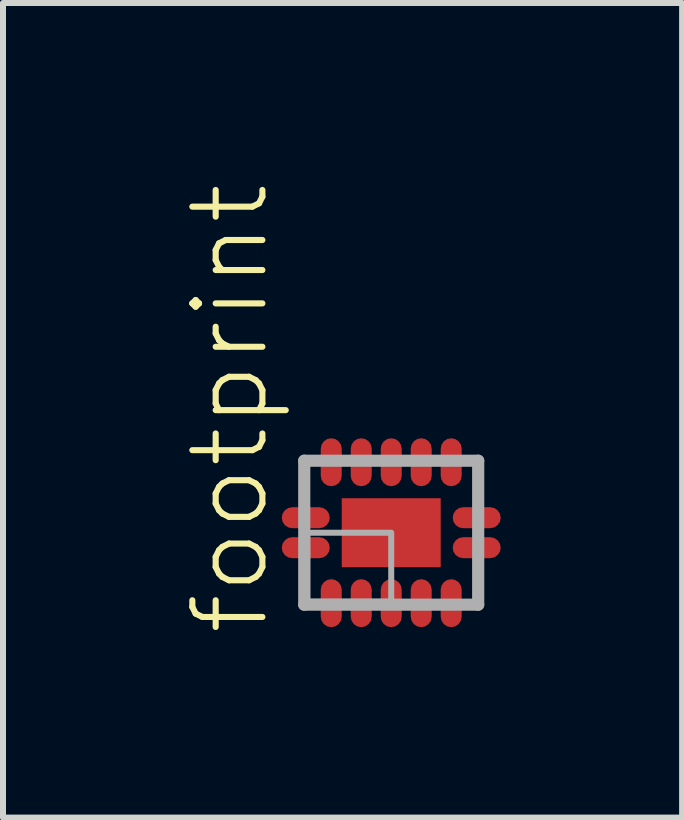
<source format=kicad_pcb>
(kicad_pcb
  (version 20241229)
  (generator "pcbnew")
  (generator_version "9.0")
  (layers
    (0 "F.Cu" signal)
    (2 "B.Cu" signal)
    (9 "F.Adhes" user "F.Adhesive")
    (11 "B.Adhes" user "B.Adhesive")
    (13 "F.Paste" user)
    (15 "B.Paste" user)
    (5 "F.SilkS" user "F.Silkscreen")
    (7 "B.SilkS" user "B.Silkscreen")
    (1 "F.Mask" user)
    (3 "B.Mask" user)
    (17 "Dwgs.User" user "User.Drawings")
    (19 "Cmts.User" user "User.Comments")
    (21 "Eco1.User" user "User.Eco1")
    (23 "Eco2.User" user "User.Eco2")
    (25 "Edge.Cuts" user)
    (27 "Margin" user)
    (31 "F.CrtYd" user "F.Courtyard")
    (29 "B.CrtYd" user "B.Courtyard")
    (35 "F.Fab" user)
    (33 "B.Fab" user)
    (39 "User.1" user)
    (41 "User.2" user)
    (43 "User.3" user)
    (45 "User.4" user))
  (footprint "footprint"
    (layer "F.Cu")
    (at 3.473 5.832)
    (property "Reference" "footprint" (at -2 1.75 90) (layer "F.SilkS") (effects (font (size 1.168 1.168) (thickness 0.102)) (justify left bottom)))
    (fp_line (start -1.2 -0.25) (end -1.65 -0.25) (stroke (width 0.4) (type solid)) (layer "F.Mask"))
    (fp_line (start -1.2 0.25) (end -1.65 0.25) (stroke (width 0.4) (type solid)) (layer "F.Mask"))
    (fp_line (start -1 -0.95) (end -1 -1.4) (stroke (width 0.4) (type solid)) (layer "F.Mask"))
    (fp_line (start -1 0.95) (end -1 1.4) (stroke (width 0.4) (type solid)) (layer "F.Mask"))
    (fp_line (start -0.5 -0.95) (end -0.5 -1.4) (stroke (width 0.4) (type solid)) (layer "F.Mask"))
    (fp_line (start -0.5 0.95) (end -0.5 1.4) (stroke (width 0.4) (type solid)) (layer "F.Mask"))
    (fp_line (start 0 -0.95) (end 0 -1.4) (stroke (width 0.4) (type solid)) (layer "F.Mask"))
    (fp_line (start 0 0.95) (end 0 1.4) (stroke (width 0.4) (type solid)) (layer "F.Mask"))
    (fp_line (start 0.5 -0.95) (end 0.5 -1.4) (stroke (width 0.4) (type solid)) (layer "F.Mask"))
    (fp_line (start 0.5 0.95) (end 0.5 1.4) (stroke (width 0.4) (type solid)) (layer "F.Mask"))
    (fp_line (start 1 -0.95) (end 1 -1.4) (stroke (width 0.4) (type solid)) (layer "F.Mask"))
    (fp_line (start 1 0.95) (end 1 1.4) (stroke (width 0.4) (type solid)) (layer "F.Mask"))
    (fp_line (start 1.2 -0.25) (end 1.65 -0.25) (stroke (width 0.4) (type solid)) (layer "F.Mask"))
    (fp_line (start 1.2 0.25) (end 1.65 0.25) (stroke (width 0.4) (type solid)) (layer "F.Mask"))
    (fp_poly (pts (xy -0.875 0.625) (xy 0.875 0.625) (xy 0.875 -0.625) (xy -0.875 -0.625)) (stroke (width 0) (type solid)) (fill yes) (layer "F.Mask"))
    (fp_line (start -1.45 -1.2) (end 1.45 -1.2) (stroke (width 0.203) (type solid)) (layer "F.Fab"))
    (fp_line (start -1.45 1.2) (end -1.45 -1.2) (stroke (width 0.203) (type solid)) (layer "F.Fab"))
    (fp_line (start 1.45 -1.2) (end 1.45 1.2) (stroke (width 0.203) (type solid)) (layer "F.Fab"))
    (fp_line (start 1.45 1.2) (end -1.45 1.2) (stroke (width 0.203) (type solid)) (layer "F.Fab"))
    (fp_poly (pts (xy -1.4 1.15) (xy 0 1.15) (xy 0 0) (xy -1.4 0)) (stroke (width 0.1) (type solid)) (fill no) (layer "F.Fab"))
    (pad "1" smd roundrect (at -1.425 0.25 270) (size 0.35 0.8) (layers "F.Cu" "F.Paste") (roundrect_rratio 0.5))
    (pad "2" smd roundrect (at -1 1.175) (size 0.35 0.8) (layers "F.Cu" "F.Paste") (roundrect_rratio 0.5))
    (pad "3" smd roundrect (at -0.5 1.175) (size 0.35 0.8) (layers "F.Cu" "F.Paste") (roundrect_rratio 0.5))
    (pad "4" smd roundrect (at 0 1.175) (size 0.35 0.8) (layers "F.Cu" "F.Paste") (roundrect_rratio 0.5))
    (pad "5" smd roundrect (at 0.5 1.175) (size 0.35 0.8) (layers "F.Cu" "F.Paste") (roundrect_rratio 0.5))
    (pad "6" smd roundrect (at 1 1.175) (size 0.35 0.8) (layers "F.Cu" "F.Paste") (roundrect_rratio 0.5))
    (pad "7" smd roundrect (at 1.425 0.25 90) (size 0.35 0.8) (layers "F.Cu" "F.Paste") (roundrect_rratio 0.5))
    (pad "8" smd roundrect (at 1.425 -0.25 90) (size 0.35 0.8) (layers "F.Cu" "F.Paste") (roundrect_rratio 0.5))
    (pad "9" smd roundrect (at 1 -1.175 180) (size 0.35 0.8) (layers "F.Cu" "F.Paste") (roundrect_rratio 0.5))
    (pad "10" smd roundrect (at 0.5 -1.175 180) (size 0.35 0.8) (layers "F.Cu" "F.Paste") (roundrect_rratio 0.5))
    (pad "11" smd roundrect (at 0 -1.175 180) (size 0.35 0.8) (layers "F.Cu" "F.Paste") (roundrect_rratio 0.5))
    (pad "12" smd roundrect (at -0.5 -1.175 180) (size 0.35 0.8) (layers "F.Cu" "F.Paste") (roundrect_rratio 0.5))
    (pad "13" smd roundrect (at -1 -1.175 180) (size 0.35 0.8) (layers "F.Cu" "F.Paste") (roundrect_rratio 0.5))
    (pad "14" smd roundrect (at -1.425 -0.25 270) (size 0.35 0.8) (layers "F.Cu" "F.Paste") (roundrect_rratio 0.5))
    (pad "EXP" smd rect (at 0 0) (size 1.65 1.15) (layers "F.Cu" "F.Paste")))
  (gr_rect
    (start -3 -3)
    (end 8.323 10.582)
    (stroke (width 0.1) (type default))
    (fill no)
    (layer "Edge.Cuts")))
</source>
